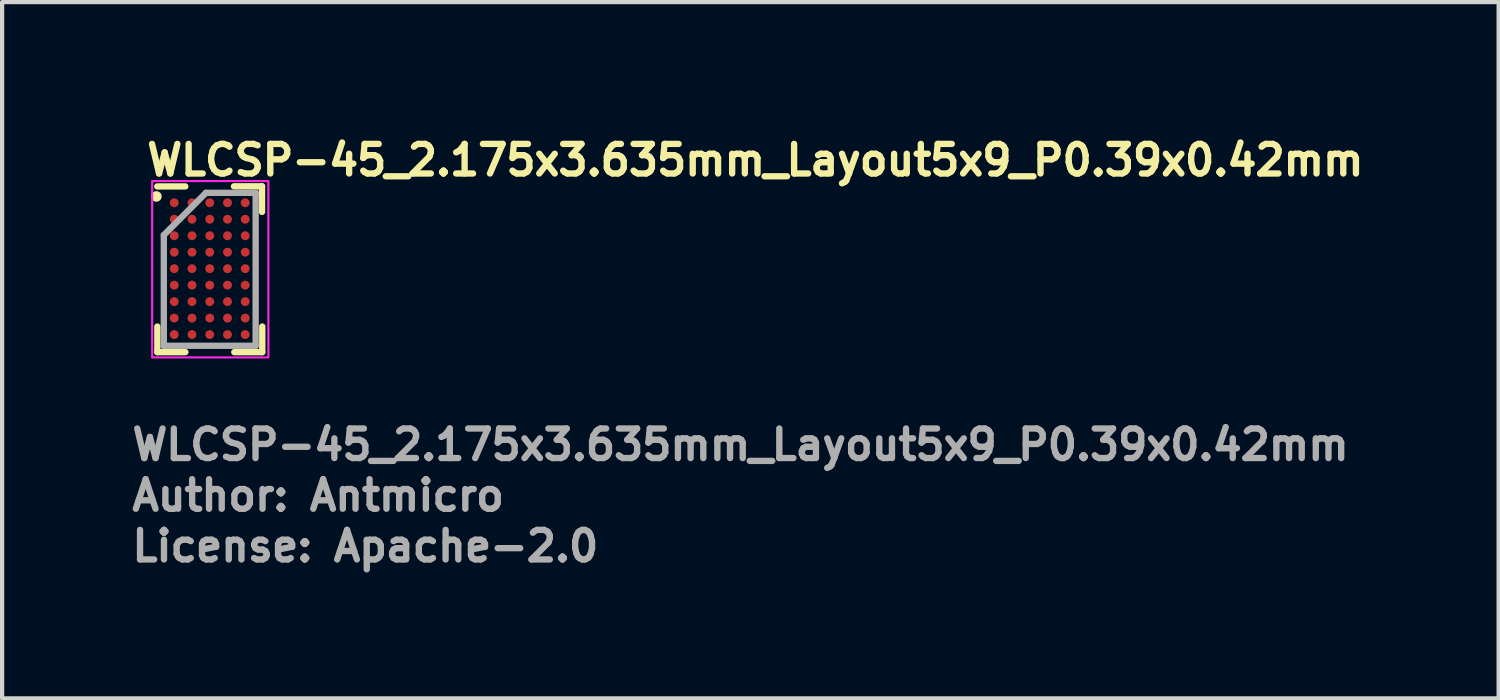
<source format=kicad_pcb>
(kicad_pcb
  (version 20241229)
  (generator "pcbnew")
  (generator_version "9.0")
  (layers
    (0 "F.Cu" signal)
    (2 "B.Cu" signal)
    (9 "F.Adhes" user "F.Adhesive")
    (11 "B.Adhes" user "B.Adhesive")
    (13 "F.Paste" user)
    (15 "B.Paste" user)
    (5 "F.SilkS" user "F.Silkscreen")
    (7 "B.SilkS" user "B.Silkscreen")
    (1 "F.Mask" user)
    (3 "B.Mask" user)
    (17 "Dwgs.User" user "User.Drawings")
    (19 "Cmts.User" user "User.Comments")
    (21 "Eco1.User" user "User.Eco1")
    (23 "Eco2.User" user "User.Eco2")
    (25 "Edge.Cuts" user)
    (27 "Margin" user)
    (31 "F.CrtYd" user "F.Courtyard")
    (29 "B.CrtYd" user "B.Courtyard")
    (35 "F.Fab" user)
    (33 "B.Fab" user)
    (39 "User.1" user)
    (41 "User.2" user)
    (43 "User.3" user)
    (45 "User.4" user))
  (footprint "WLCSP-45_2.175x3.635mm_Layout5x9_P0.39x0.42mm"
    (layer "F.Cu")
    (at 1.075 1.75)
    (property "Reference" "WLCSP-45_2.175x3.635mm_Layout5x9_P0.39x0.42mm" (at -0.725 -0.6 0) (layer "F.SilkS") (effects (font (size 0.7 0.7) (thickness 0.15)) (justify left bottom)))
    (attr smd)
    (fp_line (start -0.4 3.536) (end -0.4 2.93) (stroke (width 0.15) (type solid)) (layer "F.SilkS"))
    (fp_line (start 0.262 -0.387) (end -0.402 -0.387) (stroke (width 0.15) (type solid)) (layer "F.SilkS"))
    (fp_line (start 0.264 3.536) (end -0.4 3.536) (stroke (width 0.15) (type solid)) (layer "F.SilkS"))
    (fp_line (start 1.413 -0.389) (end 2.078 -0.389) (stroke (width 0.15) (type solid)) (layer "F.SilkS"))
    (fp_line (start 1.421 3.536) (end 2.084 3.536) (stroke (width 0.15) (type solid)) (layer "F.SilkS"))
    (fp_line (start 2.078 -0.389) (end 2.078 0.217) (stroke (width 0.15) (type solid)) (layer "F.SilkS"))
    (fp_line (start 2.084 3.536) (end 2.084 2.93) (stroke (width 0.15) (type solid)) (layer "F.SilkS"))
    (fp_circle (center -0.423 -0.15) (end -0.373 -0.15) (stroke (width 0.15) (type solid)) (fill yes) (layer "F.SilkS"))
    (fp_rect (start -0.522 -0.514) (end 2.228 3.661) (stroke (width 0.05) (type solid)) (fill no) (layer "F.CrtYd"))
    (fp_line (start -0.247 0.765) (end -0.247 3.386) (stroke (width 0.15) (type solid)) (layer "F.Fab"))
    (fp_line (start -0.247 3.386) (end 1.927 3.386) (stroke (width 0.15) (type solid)) (layer "F.Fab"))
    (fp_line (start 0.75 -0.235) (end -0.247 0.765) (stroke (width 0.15) (type solid)) (layer "F.Fab"))
    (fp_line (start 1.927 -0.236) (end 0.75 -0.235) (stroke (width 0.15) (type solid)) (layer "F.Fab"))
    (fp_line (start 1.927 3.386) (end 1.927 -0.236) (stroke (width 0.15) (type solid)) (layer "F.Fab"))
    (fp_rect (start -0.25 -0.236) (end 1.93 3.386) (stroke (width 0.1) (type solid)) (fill no) (layer "User.5"))
    (fp_line (start -0.25 -0.236) (end -0.25 3.386) (stroke (width 0.02) (type solid)) (layer "User.9"))
    (fp_line (start -0.25 3.386) (end 1.927 3.386) (stroke (width 0.02) (type solid)) (layer "User.9"))
    (fp_line (start 1.927 -0.236) (end -0.25 -0.236) (stroke (width 0.02) (type solid)) (layer "User.9"))
    (fp_line (start 1.927 3.386) (end 1.927 -0.236) (stroke (width 0.02) (type solid)) (layer "User.9"))
    (fp_text user "${REFERENCE}" (at -1.075 6.137 0) (layer "F.Fab") (effects (font (size 0.7 0.7) (thickness 0.15)) (justify left bottom)))
    (fp_text user "Author: Antmicro" (at -1.075 7.337 0) (layer "F.Fab") (effects (font (size 0.7 0.7) (thickness 0.15)) (justify left bottom)))
    (fp_text user "License: Apache-2.0" (at -1.075 8.537 0) (layer "F.Fab") (effects (font (size 0.7 0.7) (thickness 0.15)) (justify left bottom)))
    (pad "A1" smd circle (at 0 0) (size 0.21 0.21) (layers "F.Cu" "F.Mask" "F.Paste"))
    (pad "A2" smd circle (at 0.42 0) (size 0.21 0.21) (layers "F.Cu" "F.Mask" "F.Paste"))
    (pad "A3" smd circle (at 0.84 0) (size 0.21 0.21) (layers "F.Cu" "F.Mask" "F.Paste"))
    (pad "A4" smd circle (at 1.26 0) (size 0.21 0.21) (layers "F.Cu" "F.Mask" "F.Paste"))
    (pad "A5" smd circle (at 1.68 0) (size 0.21 0.21) (layers "F.Cu" "F.Mask" "F.Paste"))
    (pad "B1" smd circle (at 0 0.39) (size 0.21 0.21) (layers "F.Cu" "F.Mask" "F.Paste"))
    (pad "B2" smd circle (at 0.42 0.39) (size 0.21 0.21) (layers "F.Cu" "F.Mask" "F.Paste"))
    (pad "B3" smd circle (at 0.84 0.39) (size 0.21 0.21) (layers "F.Cu" "F.Mask" "F.Paste"))
    (pad "B4" smd circle (at 1.26 0.39) (size 0.21 0.21) (layers "F.Cu" "F.Mask" "F.Paste"))
    (pad "B5" smd circle (at 1.68 0.39) (size 0.21 0.21) (layers "F.Cu" "F.Mask" "F.Paste"))
    (pad "C1" smd circle (at 0 0.78) (size 0.21 0.21) (layers "F.Cu" "F.Mask" "F.Paste"))
    (pad "C2" smd circle (at 0.42 0.78) (size 0.21 0.21) (layers "F.Cu" "F.Mask" "F.Paste"))
    (pad "C3" smd circle (at 0.84 0.78) (size 0.21 0.21) (layers "F.Cu" "F.Mask" "F.Paste"))
    (pad "C4" smd circle (at 1.26 0.78) (size 0.21 0.21) (layers "F.Cu" "F.Mask" "F.Paste"))
    (pad "C5" smd circle (at 1.68 0.78) (size 0.21 0.21) (layers "F.Cu" "F.Mask" "F.Paste"))
    (pad "D1" smd circle (at 0 1.17) (size 0.21 0.21) (layers "F.Cu" "F.Mask" "F.Paste"))
    (pad "D2" smd circle (at 0.42 1.17) (size 0.21 0.21) (layers "F.Cu" "F.Mask" "F.Paste"))
    (pad "D3" smd circle (at 0.84 1.17) (size 0.21 0.21) (layers "F.Cu" "F.Mask" "F.Paste"))
    (pad "D4" smd circle (at 1.26 1.17) (size 0.21 0.21) (layers "F.Cu" "F.Mask" "F.Paste"))
    (pad "D5" smd circle (at 1.68 1.17) (size 0.21 0.21) (layers "F.Cu" "F.Mask" "F.Paste"))
    (pad "E1" smd circle (at 0 1.56) (size 0.21 0.21) (layers "F.Cu" "F.Mask" "F.Paste"))
    (pad "E2" smd circle (at 0.42 1.56) (size 0.21 0.21) (layers "F.Cu" "F.Mask" "F.Paste"))
    (pad "E3" smd circle (at 0.84 1.56) (size 0.21 0.21) (layers "F.Cu" "F.Mask" "F.Paste"))
    (pad "E4" smd circle (at 1.26 1.56) (size 0.21 0.21) (layers "F.Cu" "F.Mask" "F.Paste"))
    (pad "E5" smd circle (at 1.68 1.56) (size 0.21 0.21) (layers "F.Cu" "F.Mask" "F.Paste"))
    (pad "F1" smd circle (at 0 1.95) (size 0.21 0.21) (layers "F.Cu" "F.Mask" "F.Paste"))
    (pad "F2" smd circle (at 0.42 1.95) (size 0.21 0.21) (layers "F.Cu" "F.Mask" "F.Paste"))
    (pad "F3" smd circle (at 0.84 1.95) (size 0.21 0.21) (layers "F.Cu" "F.Mask" "F.Paste"))
    (pad "F4" smd circle (at 1.26 1.95) (size 0.21 0.21) (layers "F.Cu" "F.Mask" "F.Paste"))
    (pad "F5" smd circle (at 1.68 1.95) (size 0.21 0.21) (layers "F.Cu" "F.Mask" "F.Paste"))
    (pad "G1" smd circle (at 0 2.34) (size 0.21 0.21) (layers "F.Cu" "F.Mask" "F.Paste"))
    (pad "G2" smd circle (at 0.42 2.34) (size 0.21 0.21) (layers "F.Cu" "F.Mask" "F.Paste"))
    (pad "G3" smd circle (at 0.84 2.34) (size 0.21 0.21) (layers "F.Cu" "F.Mask" "F.Paste"))
    (pad "G4" smd circle (at 1.26 2.34) (size 0.21 0.21) (layers "F.Cu" "F.Mask" "F.Paste"))
    (pad "G5" smd circle (at 1.68 2.34) (size 0.21 0.21) (layers "F.Cu" "F.Mask" "F.Paste"))
    (pad "H1" smd circle (at 0 2.73) (size 0.21 0.21) (layers "F.Cu" "F.Mask" "F.Paste"))
    (pad "H2" smd circle (at 0.42 2.73) (size 0.21 0.21) (layers "F.Cu" "F.Mask" "F.Paste"))
    (pad "H3" smd circle (at 0.84 2.73) (size 0.21 0.21) (layers "F.Cu" "F.Mask" "F.Paste"))
    (pad "H4" smd circle (at 1.26 2.73) (size 0.21 0.21) (layers "F.Cu" "F.Mask" "F.Paste"))
    (pad "H5" smd circle (at 1.68 2.73) (size 0.21 0.21) (layers "F.Cu" "F.Mask" "F.Paste"))
    (pad "J1" smd circle (at 0 3.12) (size 0.21 0.21) (layers "F.Cu" "F.Mask" "F.Paste"))
    (pad "J2" smd circle (at 0.42 3.12) (size 0.21 0.21) (layers "F.Cu" "F.Mask" "F.Paste"))
    (pad "J3" smd circle (at 0.84 3.12) (size 0.21 0.21) (layers "F.Cu" "F.Mask" "F.Paste"))
    (pad "J4" smd circle (at 1.26 3.12) (size 0.21 0.21) (layers "F.Cu" "F.Mask" "F.Paste"))
    (pad "J5" smd circle (at 1.68 3.12) (size 0.21 0.21) (layers "F.Cu" "F.Mask" "F.Paste")))
  (gr_rect
    (start -3 -3)
    (end 32.427 13.482)
    (stroke (width 0.1) (type default))
    (fill no)
    (layer "Edge.Cuts")))
</source>
